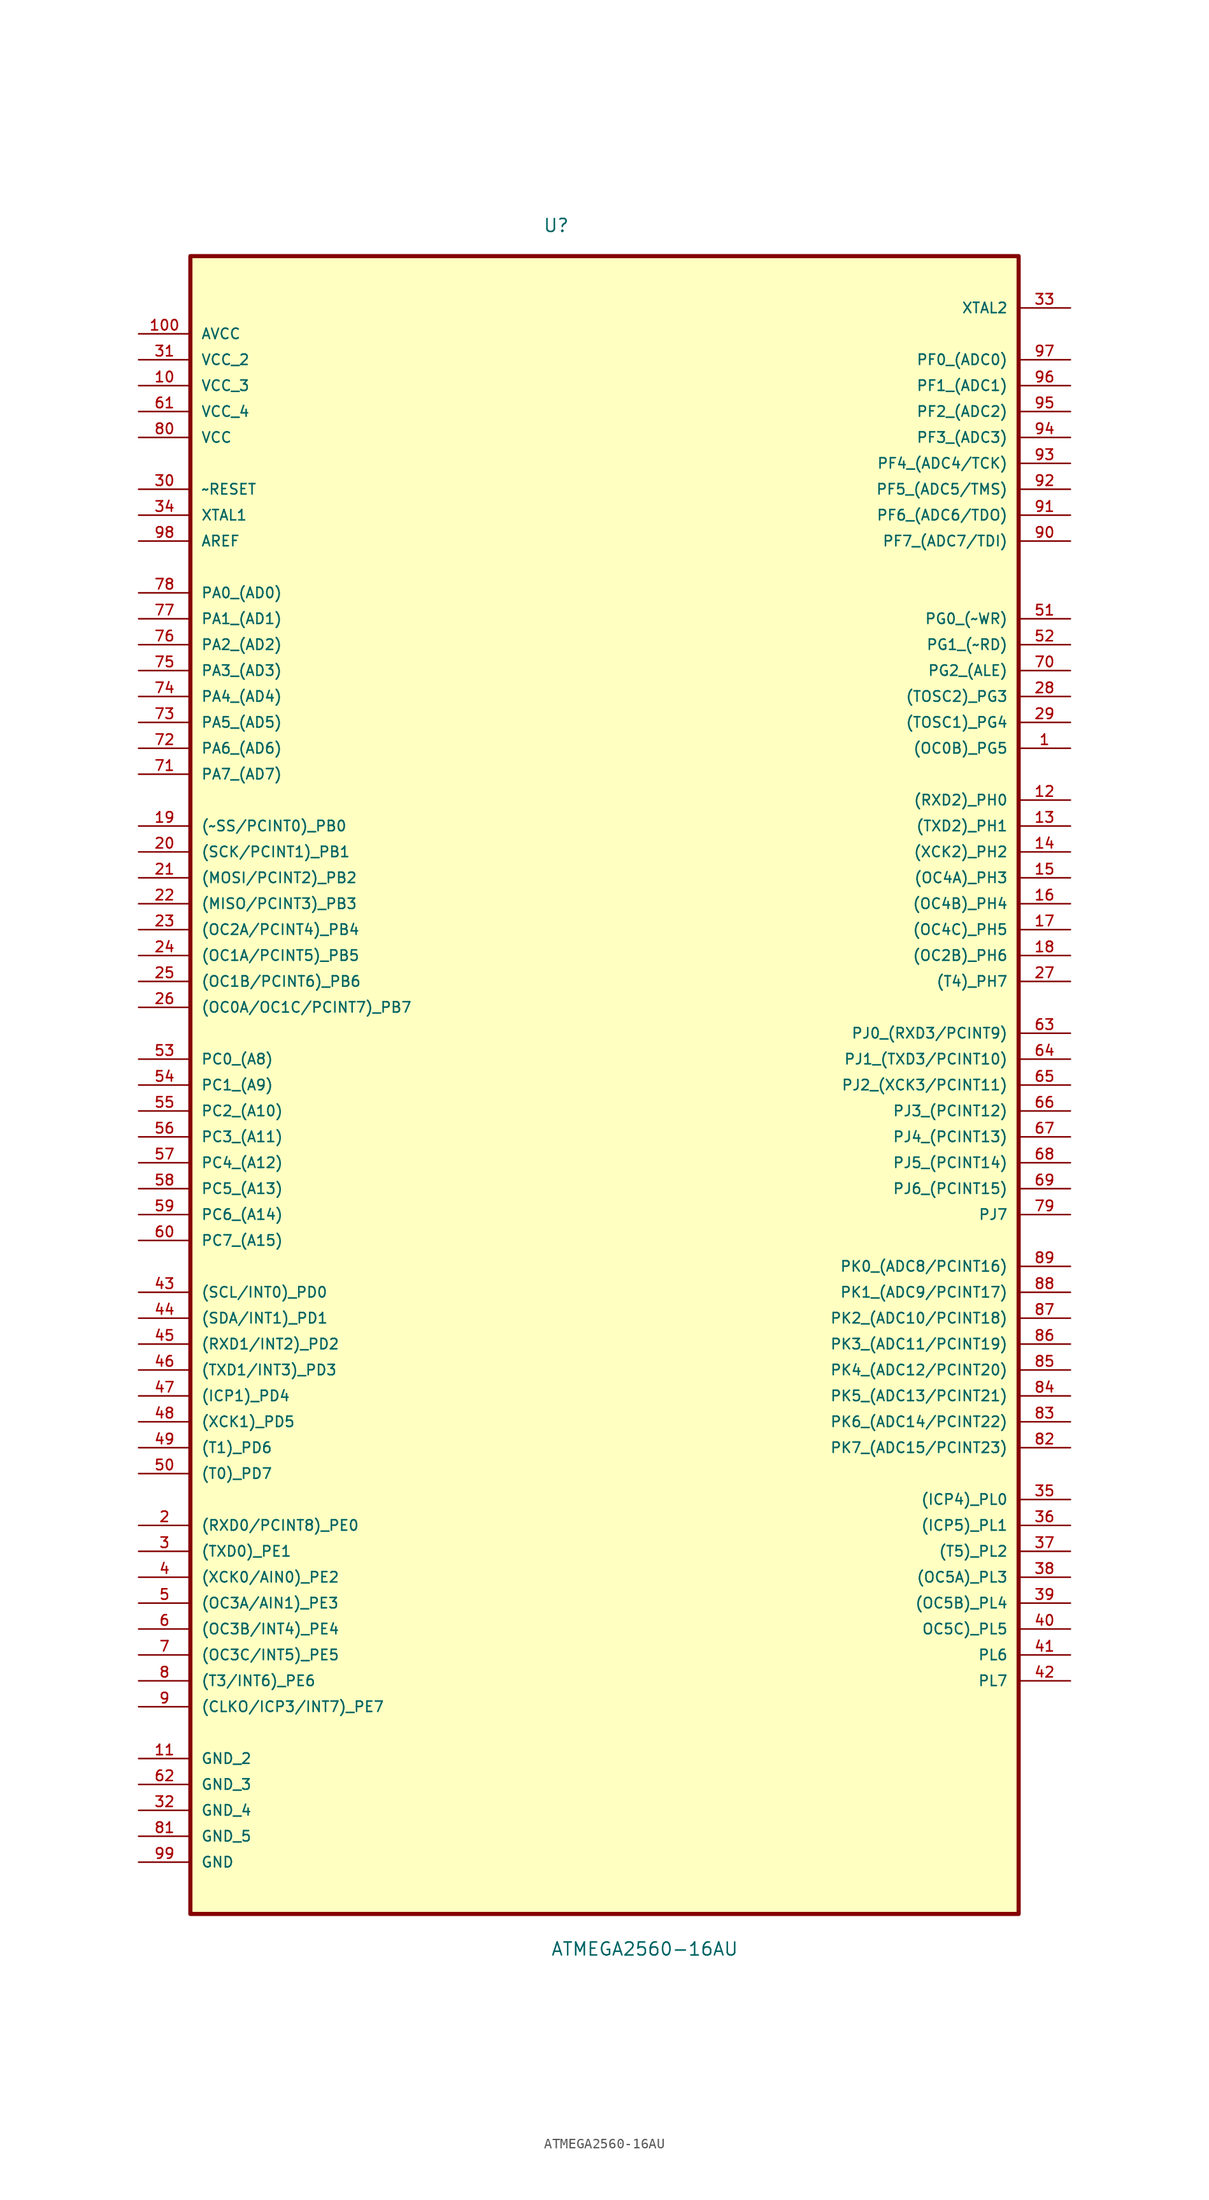
<source format=kicad_sym>
(kicad_symbol_lib
  (version 20211014)
  (generator kicad_symbol_editor)
  (symbol "ATMEGA2560-16AU"
    (pin_names
      (offset 1.016))
    (property "Reference" "U"
      (at -6.051 80.999 0.0)
      (effects (font (size 1.27 1.27)) (justify bottom left)))
    (property "Value" "ATMEGA2560-16AU"
      (at -5.287 -88.001 0.0)
      (effects (font (size 1.27 1.27)) (justify bottom left)))
    (symbol "ATMEGA2560-16AU_0_0"
      (rectangle (start -40.64 -83.82) (end 40.64 78.74) (stroke (width 0.406)) (fill (type background)))
      (pin power_in line (at -45.72 71.12 0) (length 5.08) (name "AVCC" (effects (font (size 1.016 1.016)))) (number "100" (effects (font (size 1.016 1.016)))))
      (pin power_in line (at -45.72 68.58 0) (length 5.08) (name "VCC_2" (effects (font (size 1.016 1.016)))) (number "31" (effects (font (size 1.016 1.016)))))
      (pin power_in line (at -45.72 66.04 0) (length 5.08) (name "VCC_3" (effects (font (size 1.016 1.016)))) (number "10" (effects (font (size 1.016 1.016)))))
      (pin power_in line (at -45.72 63.5 0) (length 5.08) (name "VCC_4" (effects (font (size 1.016 1.016)))) (number "61" (effects (font (size 1.016 1.016)))))
      (pin power_in line (at -45.72 60.96 0) (length 5.08) (name "VCC" (effects (font (size 1.016 1.016)))) (number "80" (effects (font (size 1.016 1.016)))))
      (pin input line (at -45.72 55.88 0) (length 5.08) (name "~RESET" (effects (font (size 1.016 1.016)))) (number "30" (effects (font (size 1.016 1.016)))))
      (pin input line (at -45.72 53.34 0) (length 5.08) (name "XTAL1" (effects (font (size 1.016 1.016)))) (number "34" (effects (font (size 1.016 1.016)))))
      (pin input line (at -45.72 50.8 0) (length 5.08) (name "AREF" (effects (font (size 1.016 1.016)))) (number "98" (effects (font (size 1.016 1.016)))))
      (pin bidirectional line (at -45.72 45.72 0) (length 5.08) (name "PA0_(AD0)" (effects (font (size 1.016 1.016)))) (number "78" (effects (font (size 1.016 1.016)))))
      (pin bidirectional line (at -45.72 43.18 0) (length 5.08) (name "PA1_(AD1)" (effects (font (size 1.016 1.016)))) (number "77" (effects (font (size 1.016 1.016)))))
      (pin bidirectional line (at -45.72 40.64 0) (length 5.08) (name "PA2_(AD2)" (effects (font (size 1.016 1.016)))) (number "76" (effects (font (size 1.016 1.016)))))
      (pin bidirectional line (at -45.72 38.1 0) (length 5.08) (name "PA3_(AD3)" (effects (font (size 1.016 1.016)))) (number "75" (effects (font (size 1.016 1.016)))))
      (pin bidirectional line (at -45.72 35.56 0) (length 5.08) (name "PA4_(AD4)" (effects (font (size 1.016 1.016)))) (number "74" (effects (font (size 1.016 1.016)))))
      (pin bidirectional line (at -45.72 33.02 0) (length 5.08) (name "PA5_(AD5)" (effects (font (size 1.016 1.016)))) (number "73" (effects (font (size 1.016 1.016)))))
      (pin bidirectional line (at -45.72 30.48 0) (length 5.08) (name "PA6_(AD6)" (effects (font (size 1.016 1.016)))) (number "72" (effects (font (size 1.016 1.016)))))
      (pin bidirectional line (at -45.72 27.94 0) (length 5.08) (name "PA7_(AD7)" (effects (font (size 1.016 1.016)))) (number "71" (effects (font (size 1.016 1.016)))))
      (pin bidirectional line (at -45.72 22.86 0) (length 5.08) (name "(~SS/PCINT0)_PB0" (effects (font (size 1.016 1.016)))) (number "19" (effects (font (size 1.016 1.016)))))
      (pin bidirectional line (at -45.72 20.32 0) (length 5.08) (name "(SCK/PCINT1)_PB1" (effects (font (size 1.016 1.016)))) (number "20" (effects (font (size 1.016 1.016)))))
      (pin bidirectional line (at -45.72 17.78 0) (length 5.08) (name "(MOSI/PCINT2)_PB2" (effects (font (size 1.016 1.016)))) (number "21" (effects (font (size 1.016 1.016)))))
      (pin bidirectional line (at -45.72 15.24 0) (length 5.08) (name "(MISO/PCINT3)_PB3" (effects (font (size 1.016 1.016)))) (number "22" (effects (font (size 1.016 1.016)))))
      (pin bidirectional line (at -45.72 12.7 0) (length 5.08) (name "(OC2A/PCINT4)_PB4" (effects (font (size 1.016 1.016)))) (number "23" (effects (font (size 1.016 1.016)))))
      (pin bidirectional line (at -45.72 10.16 0) (length 5.08) (name "(OC1A/PCINT5)_PB5" (effects (font (size 1.016 1.016)))) (number "24" (effects (font (size 1.016 1.016)))))
      (pin bidirectional line (at -45.72 7.62 0) (length 5.08) (name "(OC1B/PCINT6)_PB6" (effects (font (size 1.016 1.016)))) (number "25" (effects (font (size 1.016 1.016)))))
      (pin bidirectional line (at -45.72 5.08 0) (length 5.08) (name "(OC0A/OC1C/PCINT7)_PB7" (effects (font (size 1.016 1.016)))) (number "26" (effects (font (size 1.016 1.016)))))
      (pin bidirectional line (at -45.72 0.0 0) (length 5.08) (name "PC0_(A8)" (effects (font (size 1.016 1.016)))) (number "53" (effects (font (size 1.016 1.016)))))
      (pin bidirectional line (at -45.72 -2.54 0) (length 5.08) (name "PC1_(A9)" (effects (font (size 1.016 1.016)))) (number "54" (effects (font (size 1.016 1.016)))))
      (pin bidirectional line (at -45.72 -5.08 0) (length 5.08) (name "PC2_(A10)" (effects (font (size 1.016 1.016)))) (number "55" (effects (font (size 1.016 1.016)))))
      (pin bidirectional line (at -45.72 -7.62 0) (length 5.08) (name "PC3_(A11)" (effects (font (size 1.016 1.016)))) (number "56" (effects (font (size 1.016 1.016)))))
      (pin bidirectional line (at -45.72 -10.16 0) (length 5.08) (name "PC4_(A12)" (effects (font (size 1.016 1.016)))) (number "57" (effects (font (size 1.016 1.016)))))
      (pin bidirectional line (at -45.72 -12.7 0) (length 5.08) (name "PC5_(A13)" (effects (font (size 1.016 1.016)))) (number "58" (effects (font (size 1.016 1.016)))))
      (pin bidirectional line (at -45.72 -15.24 0) (length 5.08) (name "PC6_(A14)" (effects (font (size 1.016 1.016)))) (number "59" (effects (font (size 1.016 1.016)))))
      (pin bidirectional line (at -45.72 -17.78 0) (length 5.08) (name "PC7_(A15)" (effects (font (size 1.016 1.016)))) (number "60" (effects (font (size 1.016 1.016)))))
      (pin bidirectional line (at -45.72 -22.86 0) (length 5.08) (name "(SCL/INT0)_PD0" (effects (font (size 1.016 1.016)))) (number "43" (effects (font (size 1.016 1.016)))))
      (pin bidirectional line (at -45.72 -25.4 0) (length 5.08) (name "(SDA/INT1)_PD1" (effects (font (size 1.016 1.016)))) (number "44" (effects (font (size 1.016 1.016)))))
      (pin bidirectional line (at -45.72 -27.94 0) (length 5.08) (name "(RXD1/INT2)_PD2" (effects (font (size 1.016 1.016)))) (number "45" (effects (font (size 1.016 1.016)))))
      (pin bidirectional line (at -45.72 -30.48 0) (length 5.08) (name "(TXD1/INT3)_PD3" (effects (font (size 1.016 1.016)))) (number "46" (effects (font (size 1.016 1.016)))))
      (pin bidirectional line (at -45.72 -33.02 0) (length 5.08) (name "(ICP1)_PD4" (effects (font (size 1.016 1.016)))) (number "47" (effects (font (size 1.016 1.016)))))
      (pin bidirectional line (at -45.72 -35.56 0) (length 5.08) (name "(XCK1)_PD5" (effects (font (size 1.016 1.016)))) (number "48" (effects (font (size 1.016 1.016)))))
      (pin bidirectional line (at -45.72 -38.1 0) (length 5.08) (name "(T1)_PD6" (effects (font (size 1.016 1.016)))) (number "49" (effects (font (size 1.016 1.016)))))
      (pin bidirectional line (at -45.72 -40.64 0) (length 5.08) (name "(T0)_PD7" (effects (font (size 1.016 1.016)))) (number "50" (effects (font (size 1.016 1.016)))))
      (pin bidirectional line (at -45.72 -45.72 0) (length 5.08) (name "(RXD0/PCINT8)_PE0" (effects (font (size 1.016 1.016)))) (number "2" (effects (font (size 1.016 1.016)))))
      (pin bidirectional line (at -45.72 -48.26 0) (length 5.08) (name "(TXD0)_PE1" (effects (font (size 1.016 1.016)))) (number "3" (effects (font (size 1.016 1.016)))))
      (pin bidirectional line (at -45.72 -50.8 0) (length 5.08) (name "(XCK0/AIN0)_PE2" (effects (font (size 1.016 1.016)))) (number "4" (effects (font (size 1.016 1.016)))))
      (pin bidirectional line (at -45.72 -53.34 0) (length 5.08) (name "(OC3A/AIN1)_PE3" (effects (font (size 1.016 1.016)))) (number "5" (effects (font (size 1.016 1.016)))))
      (pin bidirectional line (at -45.72 -55.88 0) (length 5.08) (name "(OC3B/INT4)_PE4" (effects (font (size 1.016 1.016)))) (number "6" (effects (font (size 1.016 1.016)))))
      (pin bidirectional line (at -45.72 -58.42 0) (length 5.08) (name "(OC3C/INT5)_PE5" (effects (font (size 1.016 1.016)))) (number "7" (effects (font (size 1.016 1.016)))))
      (pin bidirectional line (at -45.72 -60.96 0) (length 5.08) (name "(T3/INT6)_PE6" (effects (font (size 1.016 1.016)))) (number "8" (effects (font (size 1.016 1.016)))))
      (pin bidirectional line (at -45.72 -63.5 0) (length 5.08) (name "(CLKO/ICP3/INT7)_PE7" (effects (font (size 1.016 1.016)))) (number "9" (effects (font (size 1.016 1.016)))))
      (pin passive line (at -45.72 -68.58 0) (length 5.08) (name "GND_2" (effects (font (size 1.016 1.016)))) (number "11" (effects (font (size 1.016 1.016)))))
      (pin passive line (at -45.72 -71.12 0) (length 5.08) (name "GND_3" (effects (font (size 1.016 1.016)))) (number "62" (effects (font (size 1.016 1.016)))))
      (pin passive line (at -45.72 -73.66 0) (length 5.08) (name "GND_4" (effects (font (size 1.016 1.016)))) (number "32" (effects (font (size 1.016 1.016)))))
      (pin passive line (at -45.72 -76.2 0) (length 5.08) (name "GND_5" (effects (font (size 1.016 1.016)))) (number "81" (effects (font (size 1.016 1.016)))))
      (pin passive line (at -45.72 -78.74 0) (length 5.08) (name "GND" (effects (font (size 1.016 1.016)))) (number "99" (effects (font (size 1.016 1.016)))))
      (pin output line (at 45.72 73.66 180.0) (length 5.08) (name "XTAL2" (effects (font (size 1.016 1.016)))) (number "33" (effects (font (size 1.016 1.016)))))
      (pin bidirectional line (at 45.72 68.58 180.0) (length 5.08) (name "PF0_(ADC0)" (effects (font (size 1.016 1.016)))) (number "97" (effects (font (size 1.016 1.016)))))
      (pin bidirectional line (at 45.72 66.04 180.0) (length 5.08) (name "PF1_(ADC1)" (effects (font (size 1.016 1.016)))) (number "96" (effects (font (size 1.016 1.016)))))
      (pin bidirectional line (at 45.72 63.5 180.0) (length 5.08) (name "PF2_(ADC2)" (effects (font (size 1.016 1.016)))) (number "95" (effects (font (size 1.016 1.016)))))
      (pin bidirectional line (at 45.72 60.96 180.0) (length 5.08) (name "PF3_(ADC3)" (effects (font (size 1.016 1.016)))) (number "94" (effects (font (size 1.016 1.016)))))
      (pin bidirectional line (at 45.72 58.42 180.0) (length 5.08) (name "PF4_(ADC4/TCK)" (effects (font (size 1.016 1.016)))) (number "93" (effects (font (size 1.016 1.016)))))
      (pin bidirectional line (at 45.72 55.88 180.0) (length 5.08) (name "PF5_(ADC5/TMS)" (effects (font (size 1.016 1.016)))) (number "92" (effects (font (size 1.016 1.016)))))
      (pin bidirectional line (at 45.72 53.34 180.0) (length 5.08) (name "PF6_(ADC6/TDO)" (effects (font (size 1.016 1.016)))) (number "91" (effects (font (size 1.016 1.016)))))
      (pin bidirectional line (at 45.72 50.8 180.0) (length 5.08) (name "PF7_(ADC7/TDI)" (effects (font (size 1.016 1.016)))) (number "90" (effects (font (size 1.016 1.016)))))
      (pin bidirectional line (at 45.72 43.18 180.0) (length 5.08) (name "PG0_(~WR)" (effects (font (size 1.016 1.016)))) (number "51" (effects (font (size 1.016 1.016)))))
      (pin bidirectional line (at 45.72 40.64 180.0) (length 5.08) (name "PG1_(~RD)" (effects (font (size 1.016 1.016)))) (number "52" (effects (font (size 1.016 1.016)))))
      (pin bidirectional line (at 45.72 38.1 180.0) (length 5.08) (name "PG2_(ALE)" (effects (font (size 1.016 1.016)))) (number "70" (effects (font (size 1.016 1.016)))))
      (pin bidirectional line (at 45.72 35.56 180.0) (length 5.08) (name "(TOSC2)_PG3" (effects (font (size 1.016 1.016)))) (number "28" (effects (font (size 1.016 1.016)))))
      (pin bidirectional line (at 45.72 33.02 180.0) (length 5.08) (name "(TOSC1)_PG4" (effects (font (size 1.016 1.016)))) (number "29" (effects (font (size 1.016 1.016)))))
      (pin bidirectional line (at 45.72 30.48 180.0) (length 5.08) (name "(OC0B)_PG5" (effects (font (size 1.016 1.016)))) (number "1" (effects (font (size 1.016 1.016)))))
      (pin bidirectional line (at 45.72 25.4 180.0) (length 5.08) (name "(RXD2)_PH0" (effects (font (size 1.016 1.016)))) (number "12" (effects (font (size 1.016 1.016)))))
      (pin bidirectional line (at 45.72 22.86 180.0) (length 5.08) (name "(TXD2)_PH1" (effects (font (size 1.016 1.016)))) (number "13" (effects (font (size 1.016 1.016)))))
      (pin bidirectional line (at 45.72 20.32 180.0) (length 5.08) (name "(XCK2)_PH2" (effects (font (size 1.016 1.016)))) (number "14" (effects (font (size 1.016 1.016)))))
      (pin bidirectional line (at 45.72 17.78 180.0) (length 5.08) (name "(OC4A)_PH3" (effects (font (size 1.016 1.016)))) (number "15" (effects (font (size 1.016 1.016)))))
      (pin bidirectional line (at 45.72 15.24 180.0) (length 5.08) (name "(OC4B)_PH4" (effects (font (size 1.016 1.016)))) (number "16" (effects (font (size 1.016 1.016)))))
      (pin bidirectional line (at 45.72 12.7 180.0) (length 5.08) (name "(OC4C)_PH5" (effects (font (size 1.016 1.016)))) (number "17" (effects (font (size 1.016 1.016)))))
      (pin bidirectional line (at 45.72 10.16 180.0) (length 5.08) (name "(OC2B)_PH6" (effects (font (size 1.016 1.016)))) (number "18" (effects (font (size 1.016 1.016)))))
      (pin bidirectional line (at 45.72 7.62 180.0) (length 5.08) (name "(T4)_PH7" (effects (font (size 1.016 1.016)))) (number "27" (effects (font (size 1.016 1.016)))))
      (pin bidirectional line (at 45.72 2.54 180.0) (length 5.08) (name "PJ0_(RXD3/PCINT9)" (effects (font (size 1.016 1.016)))) (number "63" (effects (font (size 1.016 1.016)))))
      (pin bidirectional line (at 45.72 0.0 180.0) (length 5.08) (name "PJ1_(TXD3/PCINT10)" (effects (font (size 1.016 1.016)))) (number "64" (effects (font (size 1.016 1.016)))))
      (pin bidirectional line (at 45.72 -2.54 180.0) (length 5.08) (name "PJ2_(XCK3/PCINT11)" (effects (font (size 1.016 1.016)))) (number "65" (effects (font (size 1.016 1.016)))))
      (pin bidirectional line (at 45.72 -5.08 180.0) (length 5.08) (name "PJ3_(PCINT12)" (effects (font (size 1.016 1.016)))) (number "66" (effects (font (size 1.016 1.016)))))
      (pin bidirectional line (at 45.72 -7.62 180.0) (length 5.08) (name "PJ4_(PCINT13)" (effects (font (size 1.016 1.016)))) (number "67" (effects (font (size 1.016 1.016)))))
      (pin bidirectional line (at 45.72 -10.16 180.0) (length 5.08) (name "PJ5_(PCINT14)" (effects (font (size 1.016 1.016)))) (number "68" (effects (font (size 1.016 1.016)))))
      (pin bidirectional line (at 45.72 -12.7 180.0) (length 5.08) (name "PJ6_(PCINT15)" (effects (font (size 1.016 1.016)))) (number "69" (effects (font (size 1.016 1.016)))))
      (pin bidirectional line (at 45.72 -15.24 180.0) (length 5.08) (name "PJ7" (effects (font (size 1.016 1.016)))) (number "79" (effects (font (size 1.016 1.016)))))
      (pin bidirectional line (at 45.72 -20.32 180.0) (length 5.08) (name "PK0_(ADC8/PCINT16)" (effects (font (size 1.016 1.016)))) (number "89" (effects (font (size 1.016 1.016)))))
      (pin bidirectional line (at 45.72 -22.86 180.0) (length 5.08) (name "PK1_(ADC9/PCINT17)" (effects (font (size 1.016 1.016)))) (number "88" (effects (font (size 1.016 1.016)))))
      (pin bidirectional line (at 45.72 -25.4 180.0) (length 5.08) (name "PK2_(ADC10/PCINT18)" (effects (font (size 1.016 1.016)))) (number "87" (effects (font (size 1.016 1.016)))))
      (pin bidirectional line (at 45.72 -27.94 180.0) (length 5.08) (name "PK3_(ADC11/PCINT19)" (effects (font (size 1.016 1.016)))) (number "86" (effects (font (size 1.016 1.016)))))
      (pin bidirectional line (at 45.72 -30.48 180.0) (length 5.08) (name "PK4_(ADC12/PCINT20)" (effects (font (size 1.016 1.016)))) (number "85" (effects (font (size 1.016 1.016)))))
      (pin bidirectional line (at 45.72 -33.02 180.0) (length 5.08) (name "PK5_(ADC13/PCINT21)" (effects (font (size 1.016 1.016)))) (number "84" (effects (font (size 1.016 1.016)))))
      (pin bidirectional line (at 45.72 -35.56 180.0) (length 5.08) (name "PK6_(ADC14/PCINT22)" (effects (font (size 1.016 1.016)))) (number "83" (effects (font (size 1.016 1.016)))))
      (pin bidirectional line (at 45.72 -38.1 180.0) (length 5.08) (name "PK7_(ADC15/PCINT23)" (effects (font (size 1.016 1.016)))) (number "82" (effects (font (size 1.016 1.016)))))
      (pin bidirectional line (at 45.72 -43.18 180.0) (length 5.08) (name "(ICP4)_PL0" (effects (font (size 1.016 1.016)))) (number "35" (effects (font (size 1.016 1.016)))))
      (pin bidirectional line (at 45.72 -45.72 180.0) (length 5.08) (name "(ICP5)_PL1" (effects (font (size 1.016 1.016)))) (number "36" (effects (font (size 1.016 1.016)))))
      (pin bidirectional line (at 45.72 -48.26 180.0) (length 5.08) (name "(T5)_PL2" (effects (font (size 1.016 1.016)))) (number "37" (effects (font (size 1.016 1.016)))))
      (pin bidirectional line (at 45.72 -50.8 180.0) (length 5.08) (name "(OC5A)_PL3" (effects (font (size 1.016 1.016)))) (number "38" (effects (font (size 1.016 1.016)))))
      (pin bidirectional line (at 45.72 -53.34 180.0) (length 5.08) (name "(OC5B)_PL4" (effects (font (size 1.016 1.016)))) (number "39" (effects (font (size 1.016 1.016)))))
      (pin bidirectional line (at 45.72 -55.88 180.0) (length 5.08) (name "OC5C)_PL5" (effects (font (size 1.016 1.016)))) (number "40" (effects (font (size 1.016 1.016)))))
      (pin bidirectional line (at 45.72 -58.42 180.0) (length 5.08) (name "PL6" (effects (font (size 1.016 1.016)))) (number "41" (effects (font (size 1.016 1.016)))))
      (pin bidirectional line (at 45.72 -60.96 180.0) (length 5.08) (name "PL7" (effects (font (size 1.016 1.016)))) (number "42" (effects (font (size 1.016 1.016))))))))
</source>
